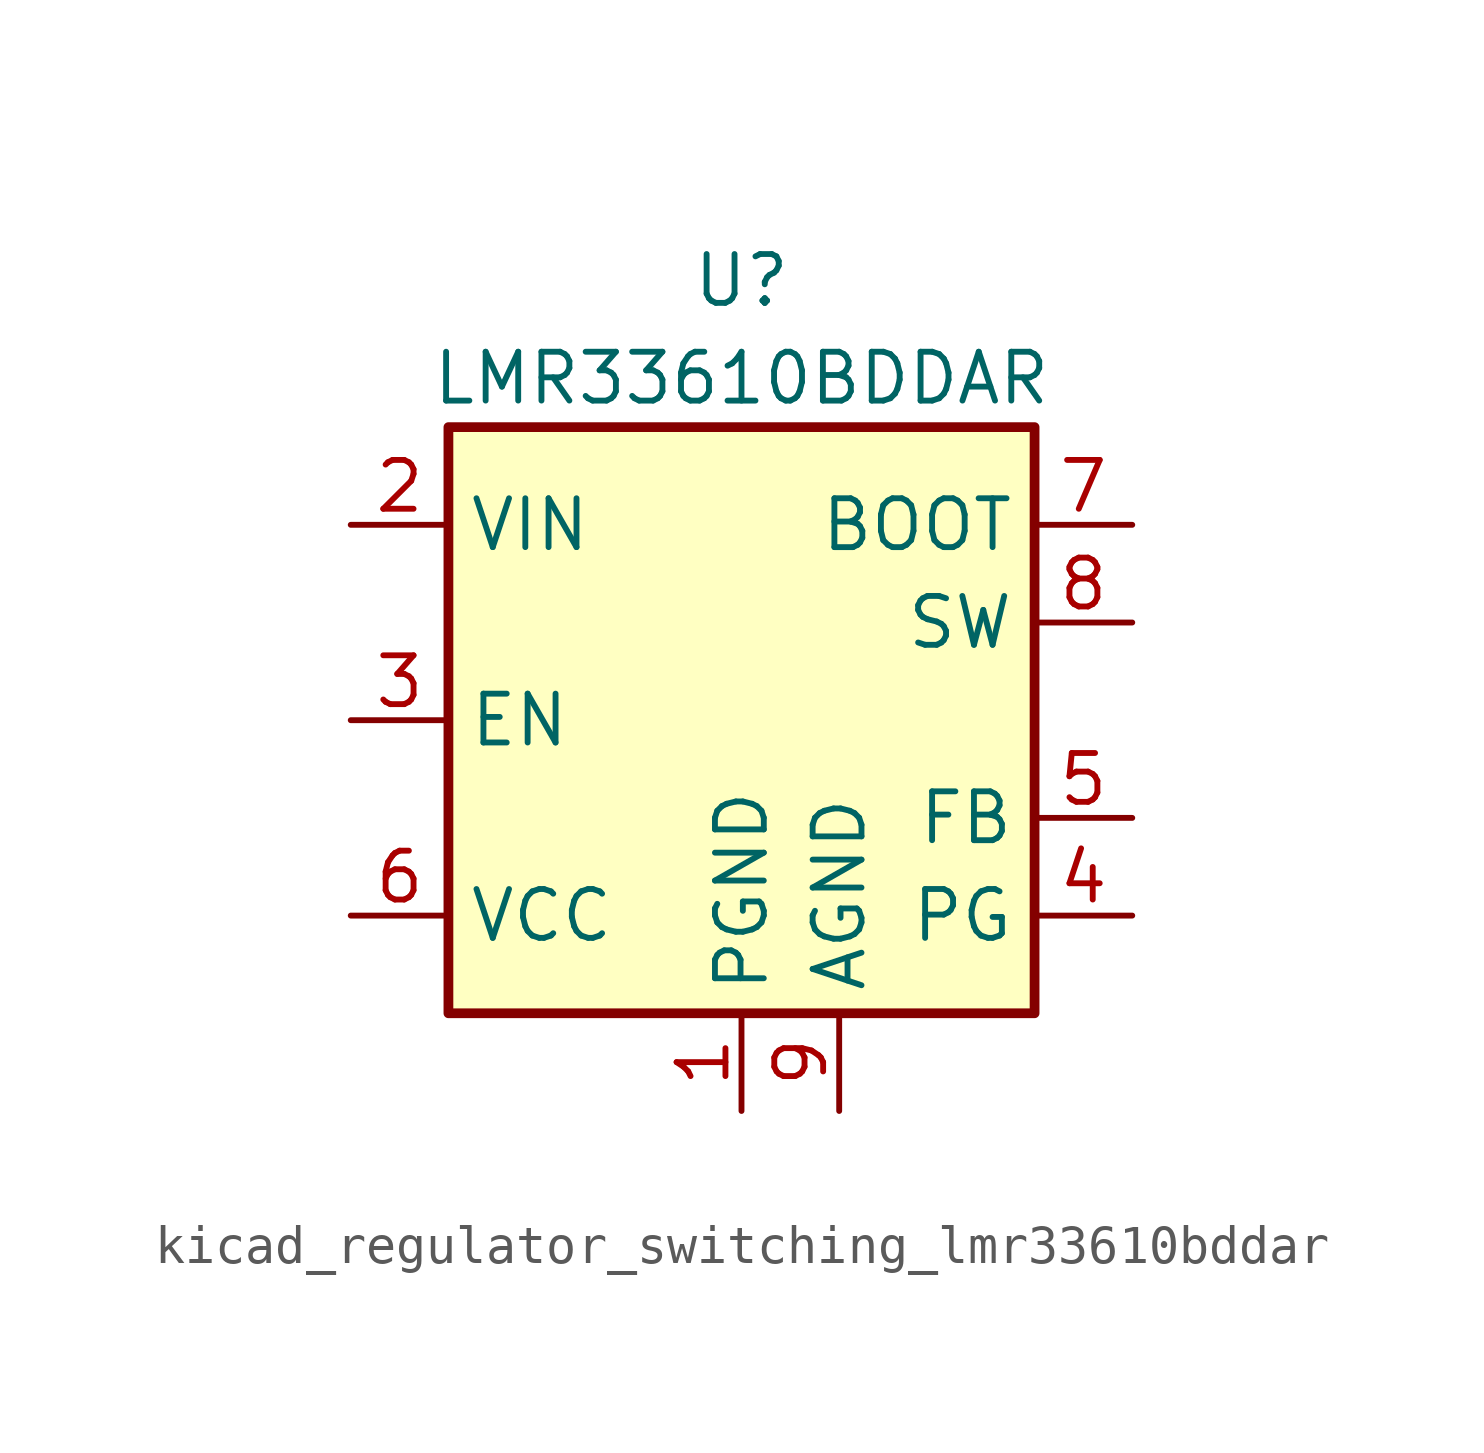
<source format=kicad_sym>
(kicad_symbol_lib
  (version 20220914)
  (generator kicad_symbol_editor)
  (symbol "kicad_regulator_switching_lmr33610bddar"
    (property "Reference" "U"
      (at 0 11.43 0)
      (effects (font (size 1.27 1.27))))
    (property "Value" "LMR33610BDDAR"
      (at 0 8.89 0)
      (effects (font (size 1.27 1.27))))
    (symbol "kicad_regulator_switching_lmr33610bddar_0_1"
      (rectangle (start -7.62 7.62) (end 7.62 -7.62) (stroke (width 0.254) (type default)) (fill (type background))))
    (symbol "kicad_regulator_switching_lmr33610bddar_1_1"
      (pin power_in line (at 0 -10.16 90) (length 2.54) (name "PGND" (effects (font (size 1.27 1.27)))) (number "1" (effects (font (size 1.27 1.27)))))
      (pin power_in line (at -10.16 5.08 0) (length 2.54) (name "VIN" (effects (font (size 1.27 1.27)))) (number "2" (effects (font (size 1.27 1.27)))))
      (pin input line (at -10.16 0 0) (length 2.54) (name "EN" (effects (font (size 1.27 1.27)))) (number "3" (effects (font (size 1.27 1.27)))))
      (pin open_collector line (at 10.16 -5.08 180) (length 2.54) (name "PG" (effects (font (size 1.27 1.27)))) (number "4" (effects (font (size 1.27 1.27)))))
      (pin input line (at 10.16 -2.54 180) (length 2.54) (name "FB" (effects (font (size 1.27 1.27)))) (number "5" (effects (font (size 1.27 1.27)))))
      (pin power_out line (at -10.16 -5.08 0) (length 2.54) (name "VCC" (effects (font (size 1.27 1.27)))) (number "6" (effects (font (size 1.27 1.27)))))
      (pin input line (at 10.16 5.08 180) (length 2.54) (name "BOOT" (effects (font (size 1.27 1.27)))) (number "7" (effects (font (size 1.27 1.27)))))
      (pin output line (at 10.16 2.54 180) (length 2.54) (name "SW" (effects (font (size 1.27 1.27)))) (number "8" (effects (font (size 1.27 1.27)))))
      (pin power_in line (at 2.54 -10.16 90) (length 2.54) (name "AGND" (effects (font (size 1.27 1.27)))) (number "9" (effects (font (size 1.27 1.27))))))))
</source>
